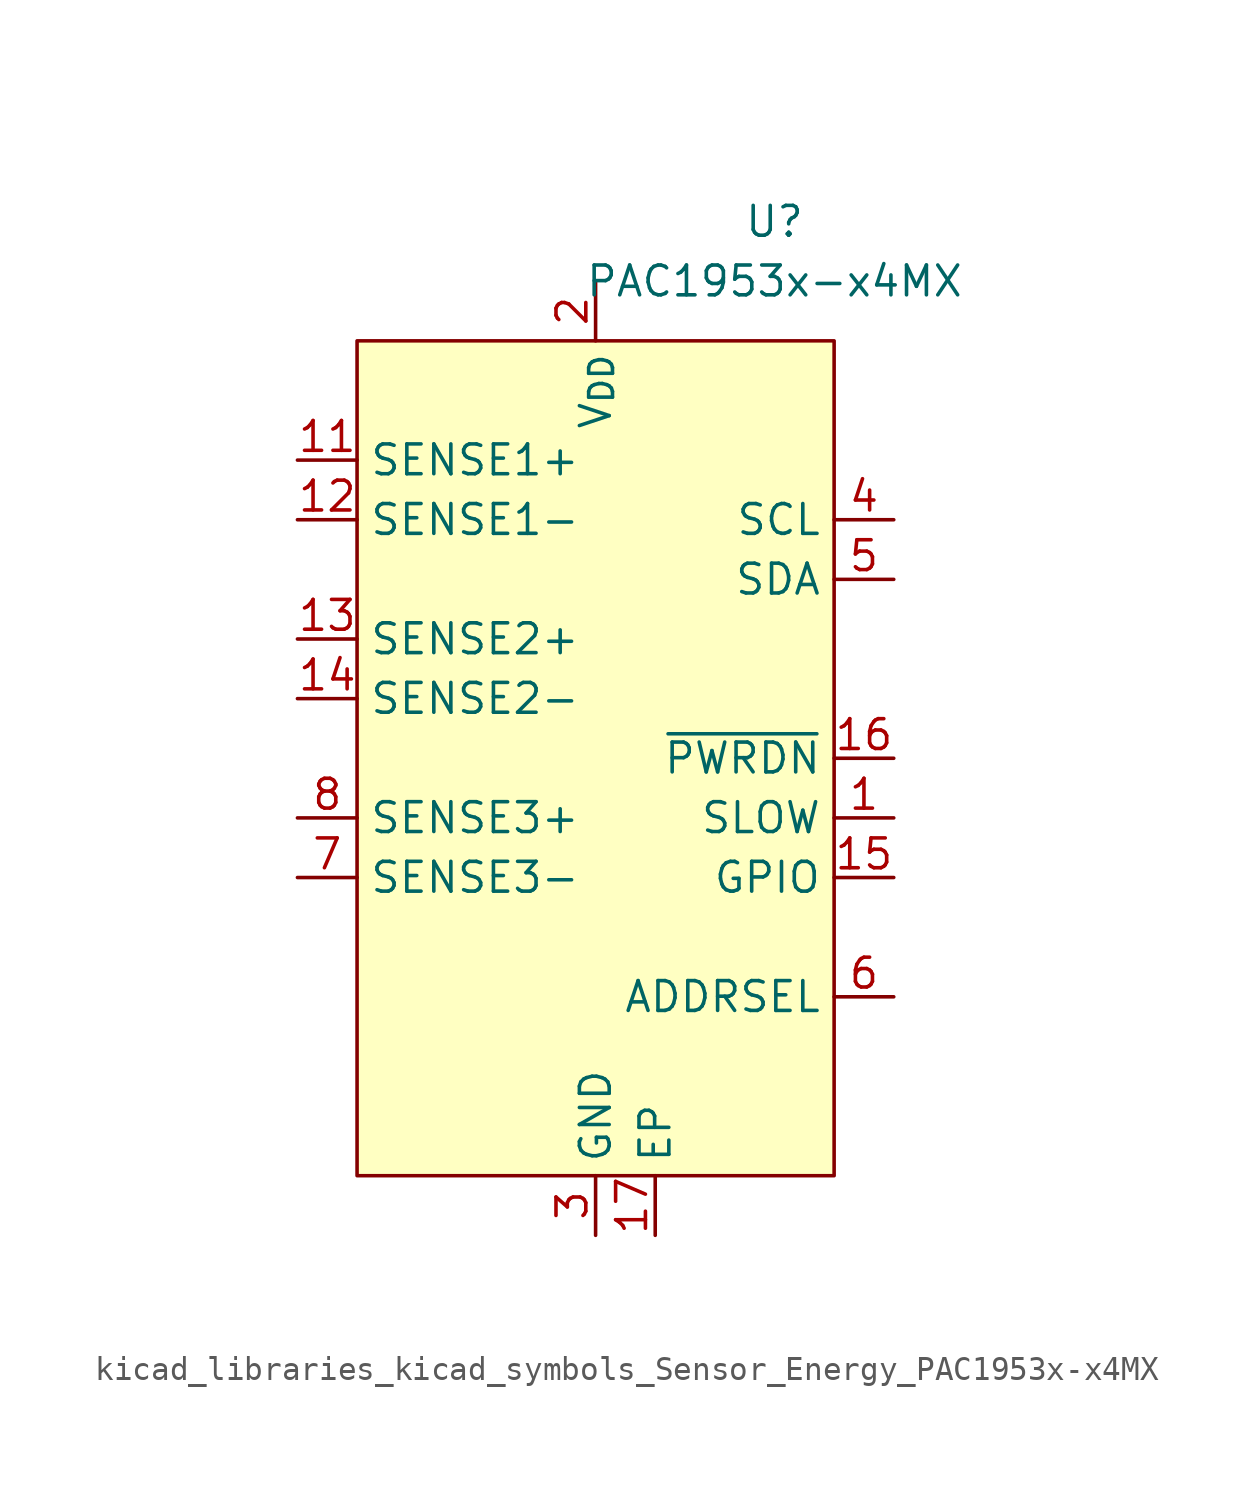
<source format=kicad_sym>
(kicad_symbol_lib
  (version 20220914)
  (generator kicad_symbol_editor)
  (symbol "kicad_libraries_kicad_symbols_Sensor_Energy_PAC1953x-x4MX"
    (property "Reference" "U"
      (at 7.62 22.86 0)
      (effects (font (size 1.27 1.27))))
    (property "Value" "PAC1953x-x4MX"
      (at 7.62 20.32 0)
      (effects (font (size 1.27 1.27))))
    (symbol "kicad_libraries_kicad_symbols_Sensor_Energy_PAC1953x-x4MX_0_0"
      (pin input line (at 12.7 -2.54 180) (length 2.54) (name "SLOW" (effects (font (size 1.27 1.27)))) (number "1" (effects (font (size 1.27 1.27)))) (alternate "GPIO" bidirectional line) (alternate "~{ALERT1}" open_collector line))
      (pin passive line (at 0 -20.32 90) (length 2.54) hide (name "GND" (effects (font (size 1.27 1.27)))) (number "10" (effects (font (size 1.27 1.27)))))
      (pin input line (at -12.7 12.7 0) (length 2.54) (name "SENSE1+" (effects (font (size 1.27 1.27)))) (number "11" (effects (font (size 1.27 1.27)))))
      (pin input line (at -12.7 10.16 0) (length 2.54) (name "SENSE1-" (effects (font (size 1.27 1.27)))) (number "12" (effects (font (size 1.27 1.27)))))
      (pin input line (at -12.7 5.08 0) (length 2.54) (name "SENSE2+" (effects (font (size 1.27 1.27)))) (number "13" (effects (font (size 1.27 1.27)))))
      (pin input line (at -12.7 2.54 0) (length 2.54) (name "SENSE2-" (effects (font (size 1.27 1.27)))) (number "14" (effects (font (size 1.27 1.27)))))
      (pin bidirectional line (at 12.7 -5.08 180) (length 2.54) (name "GPIO" (effects (font (size 1.27 1.27)))) (number "15" (effects (font (size 1.27 1.27)))) (alternate "~{ALERT2}" open_collector line))
      (pin input line (at 12.7 0 180) (length 2.54) (name "~{PWRDN}" (effects (font (size 1.27 1.27)))) (number "16" (effects (font (size 1.27 1.27)))))
      (pin passive line (at 2.54 -20.32 90) (length 2.54) (name "EP" (effects (font (size 1.27 1.27)))) (number "17" (effects (font (size 1.27 1.27)))))
      (pin power_in line (at 0 20.32 270) (length 2.54) (name "V_{DD}" (effects (font (size 1.27 1.27)))) (number "2" (effects (font (size 1.27 1.27)))))
      (pin power_in line (at 0 -20.32 90) (length 2.54) (name "GND" (effects (font (size 1.27 1.27)))) (number "3" (effects (font (size 1.27 1.27)))))
      (pin input line (at 12.7 10.16 180) (length 2.54) (name "SCL" (effects (font (size 1.27 1.27)))) (number "4" (effects (font (size 1.27 1.27)))) (alternate "SM_CLK" input line))
      (pin bidirectional line (at 12.7 7.62 180) (length 2.54) (name "SDA" (effects (font (size 1.27 1.27)))) (number "5" (effects (font (size 1.27 1.27)))) (alternate "SM_DATA" bidirectional line))
      (pin passive line (at 12.7 -10.16 180) (length 2.54) (name "ADDRSEL" (effects (font (size 1.27 1.27)))) (number "6" (effects (font (size 1.27 1.27)))))
      (pin input line (at -12.7 -5.08 0) (length 2.54) (name "SENSE3-" (effects (font (size 1.27 1.27)))) (number "7" (effects (font (size 1.27 1.27)))))
      (pin input line (at -12.7 -2.54 0) (length 2.54) (name "SENSE3+" (effects (font (size 1.27 1.27)))) (number "8" (effects (font (size 1.27 1.27)))))
      (pin passive line (at 0 -20.32 90) (length 2.54) hide (name "GND" (effects (font (size 1.27 1.27)))) (number "9" (effects (font (size 1.27 1.27))))))
    (symbol "kicad_libraries_kicad_symbols_Sensor_Energy_PAC1953x-x4MX_0_1"
      (rectangle (start -10.16 17.78) (end 10.16 -17.78) (stroke (width 0) (type default)) (fill (type background))))))
</source>
